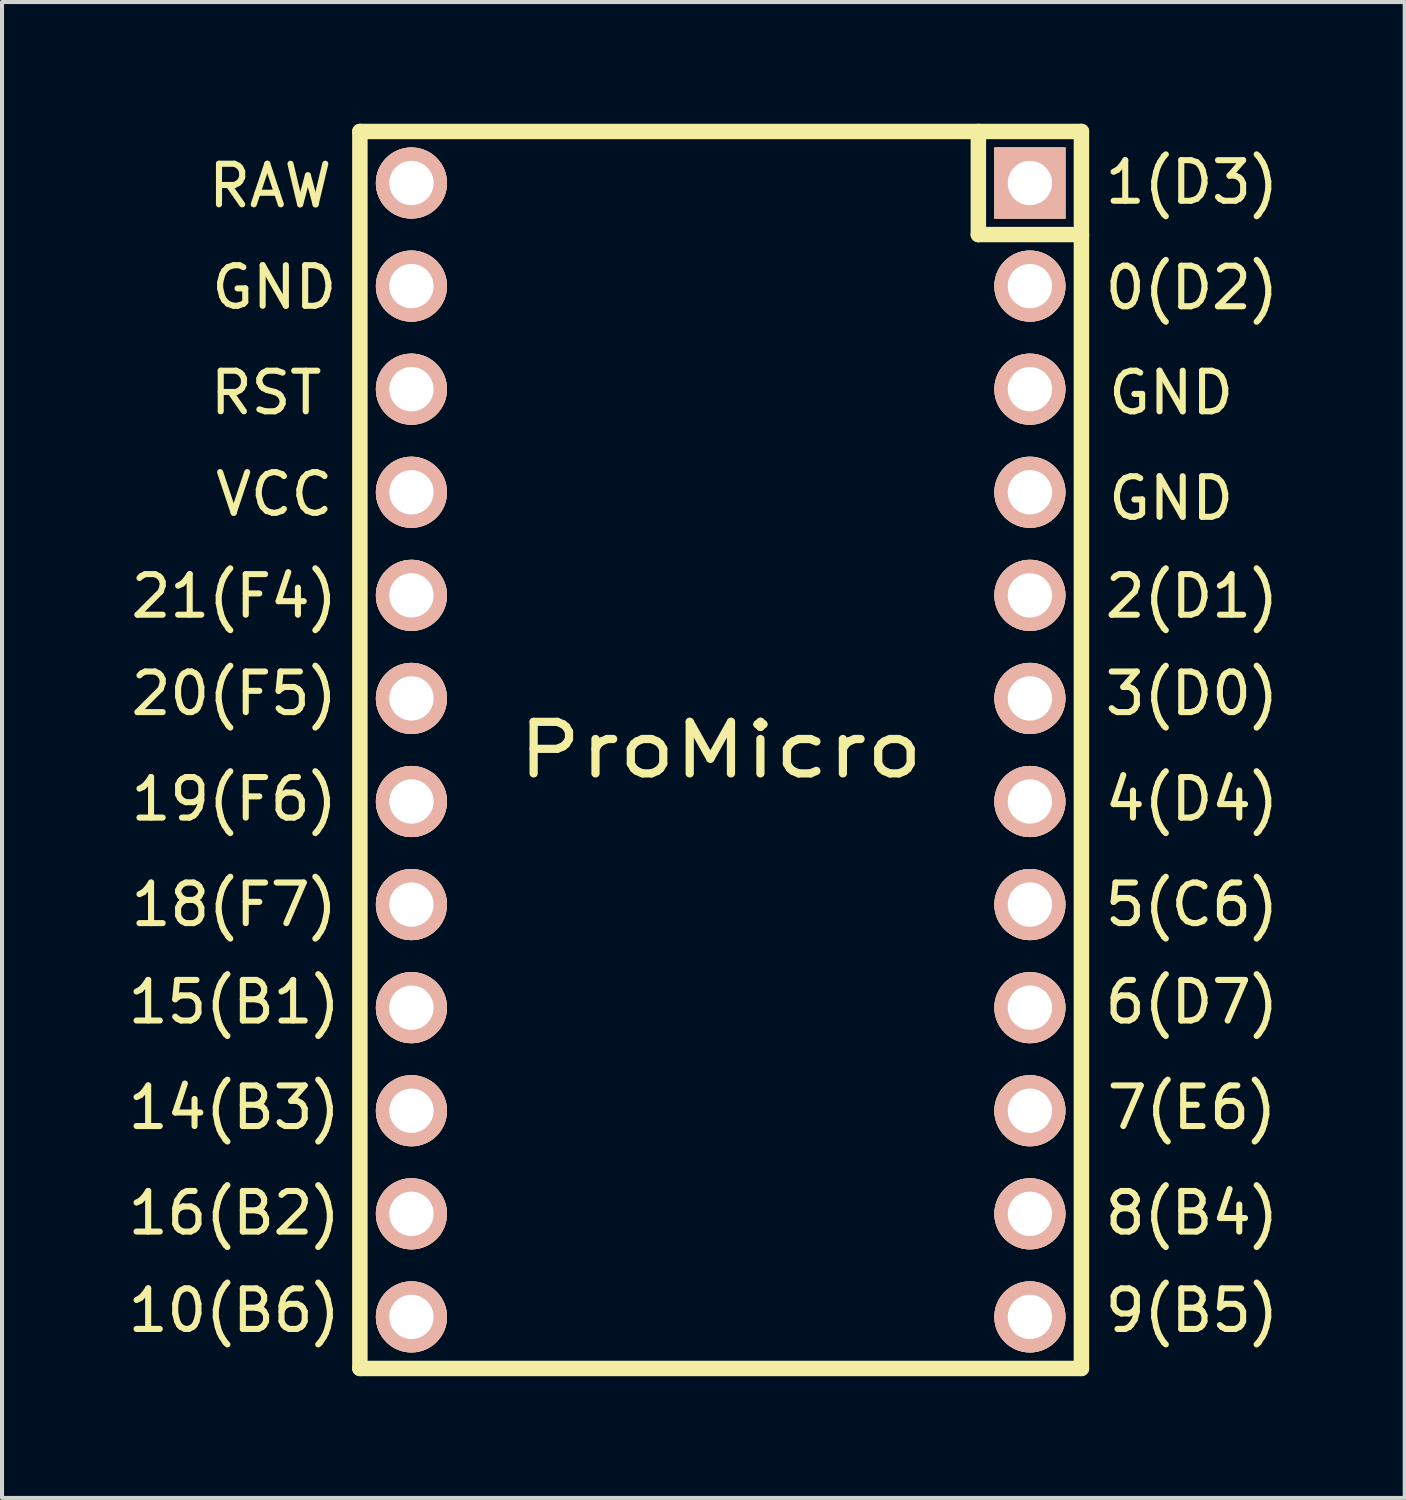
<source format=kicad_pcb>
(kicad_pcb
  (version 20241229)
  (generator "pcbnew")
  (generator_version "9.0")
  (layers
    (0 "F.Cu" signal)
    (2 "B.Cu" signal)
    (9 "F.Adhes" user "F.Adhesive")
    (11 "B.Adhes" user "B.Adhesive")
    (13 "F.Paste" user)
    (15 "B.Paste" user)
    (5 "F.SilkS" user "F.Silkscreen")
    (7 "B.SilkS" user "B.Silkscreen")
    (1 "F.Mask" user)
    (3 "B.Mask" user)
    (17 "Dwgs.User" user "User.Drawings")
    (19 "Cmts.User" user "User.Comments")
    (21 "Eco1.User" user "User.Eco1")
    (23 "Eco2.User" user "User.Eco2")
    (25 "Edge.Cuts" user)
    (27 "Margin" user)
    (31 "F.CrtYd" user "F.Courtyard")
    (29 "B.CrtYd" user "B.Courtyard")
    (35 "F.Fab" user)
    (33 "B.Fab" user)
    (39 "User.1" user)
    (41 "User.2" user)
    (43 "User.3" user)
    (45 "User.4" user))
  (footprint "ProMicro"
    (layer "F.Cu")
    (at 14.72 15.442)
    (property "Reference" "ProMicro" (at -0.012 -0.012 0) (layer "F.SilkS") (effects (font (size 1.27 1.524) (thickness 0.203))))
    (attr through_hole)
    (fp_line (start -8.902 -15.252) (end 8.878 -15.252) (stroke (width 0.381) (type solid)) (layer "F.SilkS"))
    (fp_line (start -8.902 15.228) (end -8.902 -15.252) (stroke (width 0.381) (type solid)) (layer "F.SilkS"))
    (fp_line (start 6.338 -15.252) (end 6.338 -12.712) (stroke (width 0.381) (type solid)) (layer "F.SilkS"))
    (fp_line (start 6.338 -12.712) (end 8.878 -12.712) (stroke (width 0.381) (type solid)) (layer "F.SilkS"))
    (fp_line (start 8.878 -15.252) (end 8.878 15.228) (stroke (width 0.381) (type solid)) (layer "F.SilkS"))
    (fp_line (start 8.878 15.228) (end -8.902 15.228) (stroke (width 0.381) (type solid)) (layer "F.SilkS"))
    (fp_text user "16(B2)" (at -12 11.4 0) (layer "F.SilkS") (effects (font (size 1 1) (thickness 0.15))))
    (fp_text user "10(B6)" (at -12 13.8 0) (layer "F.SilkS") (effects (font (size 1 1) (thickness 0.15))))
    (fp_text user "0(D2)" (at 11.6 -11.4 0) (layer "F.SilkS") (effects (font (size 1 1) (thickness 0.15))))
    (fp_text user "3(D0)" (at 11.6 -1.4 0) (layer "F.SilkS") (effects (font (size 1 1) (thickness 0.15))))
    (fp_text user "VCC" (at -11.012 -6.312 0) (layer "F.SilkS") (effects (font (size 1 1) (thickness 0.15))))
    (fp_text user "6(D7)" (at 11.6 6.2 0) (layer "F.SilkS") (effects (font (size 1 1) (thickness 0.15))))
    (fp_text user "GND" (at -11.012 -11.412 0) (layer "F.SilkS") (effects (font (size 1 1) (thickness 0.15))))
    (fp_text user "9(B5)" (at 11.6 13.8 0) (layer "F.SilkS") (effects (font (size 1 1) (thickness 0.15))))
    (fp_text user "21(F4)" (at -12 -3.8 0) (layer "F.SilkS") (effects (font (size 1 1) (thickness 0.15))))
    (fp_text user "5(C6)" (at 11.6 3.8 0) (layer "F.SilkS") (effects (font (size 1 1) (thickness 0.15))))
    (fp_text user "14(B3)" (at -12 8.8 0) (layer "F.SilkS") (effects (font (size 1 1) (thickness 0.15))))
    (fp_text user "GND" (at 11.088 -6.212 0) (layer "F.SilkS") (effects (font (size 1 1) (thickness 0.15))))
    (fp_text user "19(F6)" (at -12 1.2 0) (layer "F.SilkS") (effects (font (size 1 1) (thickness 0.15))))
    (fp_text user "15(B1)" (at -12 6.2 0) (layer "F.SilkS") (effects (font (size 1 1) (thickness 0.15))))
    (fp_text user "7(E6)" (at 11.6 8.8 0) (layer "F.SilkS") (effects (font (size 1 1) (thickness 0.15))))
    (fp_text user "GND" (at 11.088 -8.812 0) (layer "F.SilkS") (effects (font (size 1 1) (thickness 0.15))))
    (fp_text user "2(D1)" (at 11.6 -3.8 0) (layer "F.SilkS") (effects (font (size 1 1) (thickness 0.15))))
    (fp_text user "RAW" (at -11.112 -13.912 0) (layer "F.SilkS") (effects (font (size 1 1) (thickness 0.15))))
    (fp_text user "RST" (at -11.212 -8.812 0) (layer "F.SilkS") (effects (font (size 1 1) (thickness 0.15))))
    (fp_text user "18(F7)" (at -12 3.8 0) (layer "F.SilkS") (effects (font (size 1 1) (thickness 0.15))))
    (fp_text user "4(D4)" (at 11.6 1.2 0) (layer "F.SilkS") (effects (font (size 1 1) (thickness 0.15))))
    (fp_text user "1(D3)" (at 11.6 -14 0) (layer "F.SilkS") (effects (font (size 1 1) (thickness 0.15))))
    (fp_text user "20(F5)" (at -12 -1.4 0) (layer "F.SilkS") (effects (font (size 1 1) (thickness 0.15))))
    (fp_text user "8(B4)" (at 11.6 11.4 0) (layer "F.SilkS") (effects (font (size 1 1) (thickness 0.15))))
    (pad "1" thru_hole rect (at 7.608 -13.982 270) (size 1.753 1.753) (drill 1.092) (layers "*.Cu" "*.SilkS" "*.Mask"))
    (pad "2" thru_hole circle (at 7.608 -11.442 270) (size 1.753 1.753) (drill 1.092) (layers "*.Cu" "*.SilkS" "*.Mask"))
    (pad "3" thru_hole circle (at 7.608 -8.902 270) (size 1.753 1.753) (drill 1.092) (layers "*.Cu" "*.SilkS" "*.Mask"))
    (pad "4" thru_hole circle (at 7.608 -6.362 270) (size 1.753 1.753) (drill 1.092) (layers "*.Cu" "*.SilkS" "*.Mask"))
    (pad "5" thru_hole circle (at 7.608 -3.822 270) (size 1.753 1.753) (drill 1.092) (layers "*.Cu" "*.SilkS" "*.Mask"))
    (pad "6" thru_hole circle (at 7.608 -1.282 270) (size 1.753 1.753) (drill 1.092) (layers "*.Cu" "*.SilkS" "*.Mask"))
    (pad "7" thru_hole circle (at 7.608 1.258 270) (size 1.753 1.753) (drill 1.092) (layers "*.Cu" "*.SilkS" "*.Mask"))
    (pad "8" thru_hole circle (at 7.608 3.798 270) (size 1.753 1.753) (drill 1.092) (layers "*.Cu" "*.SilkS" "*.Mask"))
    (pad "9" thru_hole circle (at 7.608 6.338 270) (size 1.753 1.753) (drill 1.092) (layers "*.Cu" "*.SilkS" "*.Mask"))
    (pad "10" thru_hole circle (at 7.608 8.878 270) (size 1.753 1.753) (drill 1.092) (layers "*.Cu" "*.SilkS" "*.Mask"))
    (pad "11" thru_hole circle (at 7.608 11.418 270) (size 1.753 1.753) (drill 1.092) (layers "*.Cu" "*.SilkS" "*.Mask"))
    (pad "12" thru_hole circle (at 7.608 13.958 270) (size 1.753 1.753) (drill 1.092) (layers "*.Cu" "*.SilkS" "*.Mask"))
    (pad "13" thru_hole circle (at -7.632 13.958 270) (size 1.753 1.753) (drill 1.092) (layers "*.Cu" "*.SilkS" "*.Mask"))
    (pad "14" thru_hole circle (at -7.632 11.418 270) (size 1.753 1.753) (drill 1.092) (layers "*.Cu" "*.SilkS" "*.Mask"))
    (pad "15" thru_hole circle (at -7.632 8.878 270) (size 1.753 1.753) (drill 1.092) (layers "*.Cu" "*.SilkS" "*.Mask"))
    (pad "16" thru_hole circle (at -7.632 6.338 270) (size 1.753 1.753) (drill 1.092) (layers "*.Cu" "*.SilkS" "*.Mask"))
    (pad "17" thru_hole circle (at -7.632 3.798 270) (size 1.753 1.753) (drill 1.092) (layers "*.Cu" "*.SilkS" "*.Mask"))
    (pad "18" thru_hole circle (at -7.632 1.258 270) (size 1.753 1.753) (drill 1.092) (layers "*.Cu" "*.SilkS" "*.Mask"))
    (pad "19" thru_hole circle (at -7.632 -1.282 270) (size 1.753 1.753) (drill 1.092) (layers "*.Cu" "*.SilkS" "*.Mask"))
    (pad "20" thru_hole circle (at -7.632 -3.822 270) (size 1.753 1.753) (drill 1.092) (layers "*.Cu" "*.SilkS" "*.Mask"))
    (pad "21" thru_hole circle (at -7.632 -6.362 270) (size 1.753 1.753) (drill 1.092) (layers "*.Cu" "*.SilkS" "*.Mask"))
    (pad "22" thru_hole circle (at -7.632 -8.902 270) (size 1.753 1.753) (drill 1.092) (layers "*.Cu" "*.SilkS" "*.Mask"))
    (pad "23" thru_hole circle (at -7.632 -11.442 270) (size 1.753 1.753) (drill 1.092) (layers "*.Cu" "*.SilkS" "*.Mask"))
    (pad "24" thru_hole circle (at -7.632 -13.982 270) (size 1.753 1.753) (drill 1.092) (layers "*.Cu" "*.SilkS" "*.Mask")))
  (gr_rect
    (start -3 -3)
    (end 31.564 33.861)
    (stroke (width 0.1) (type default))
    (fill no)
    (layer "Edge.Cuts")))
</source>
